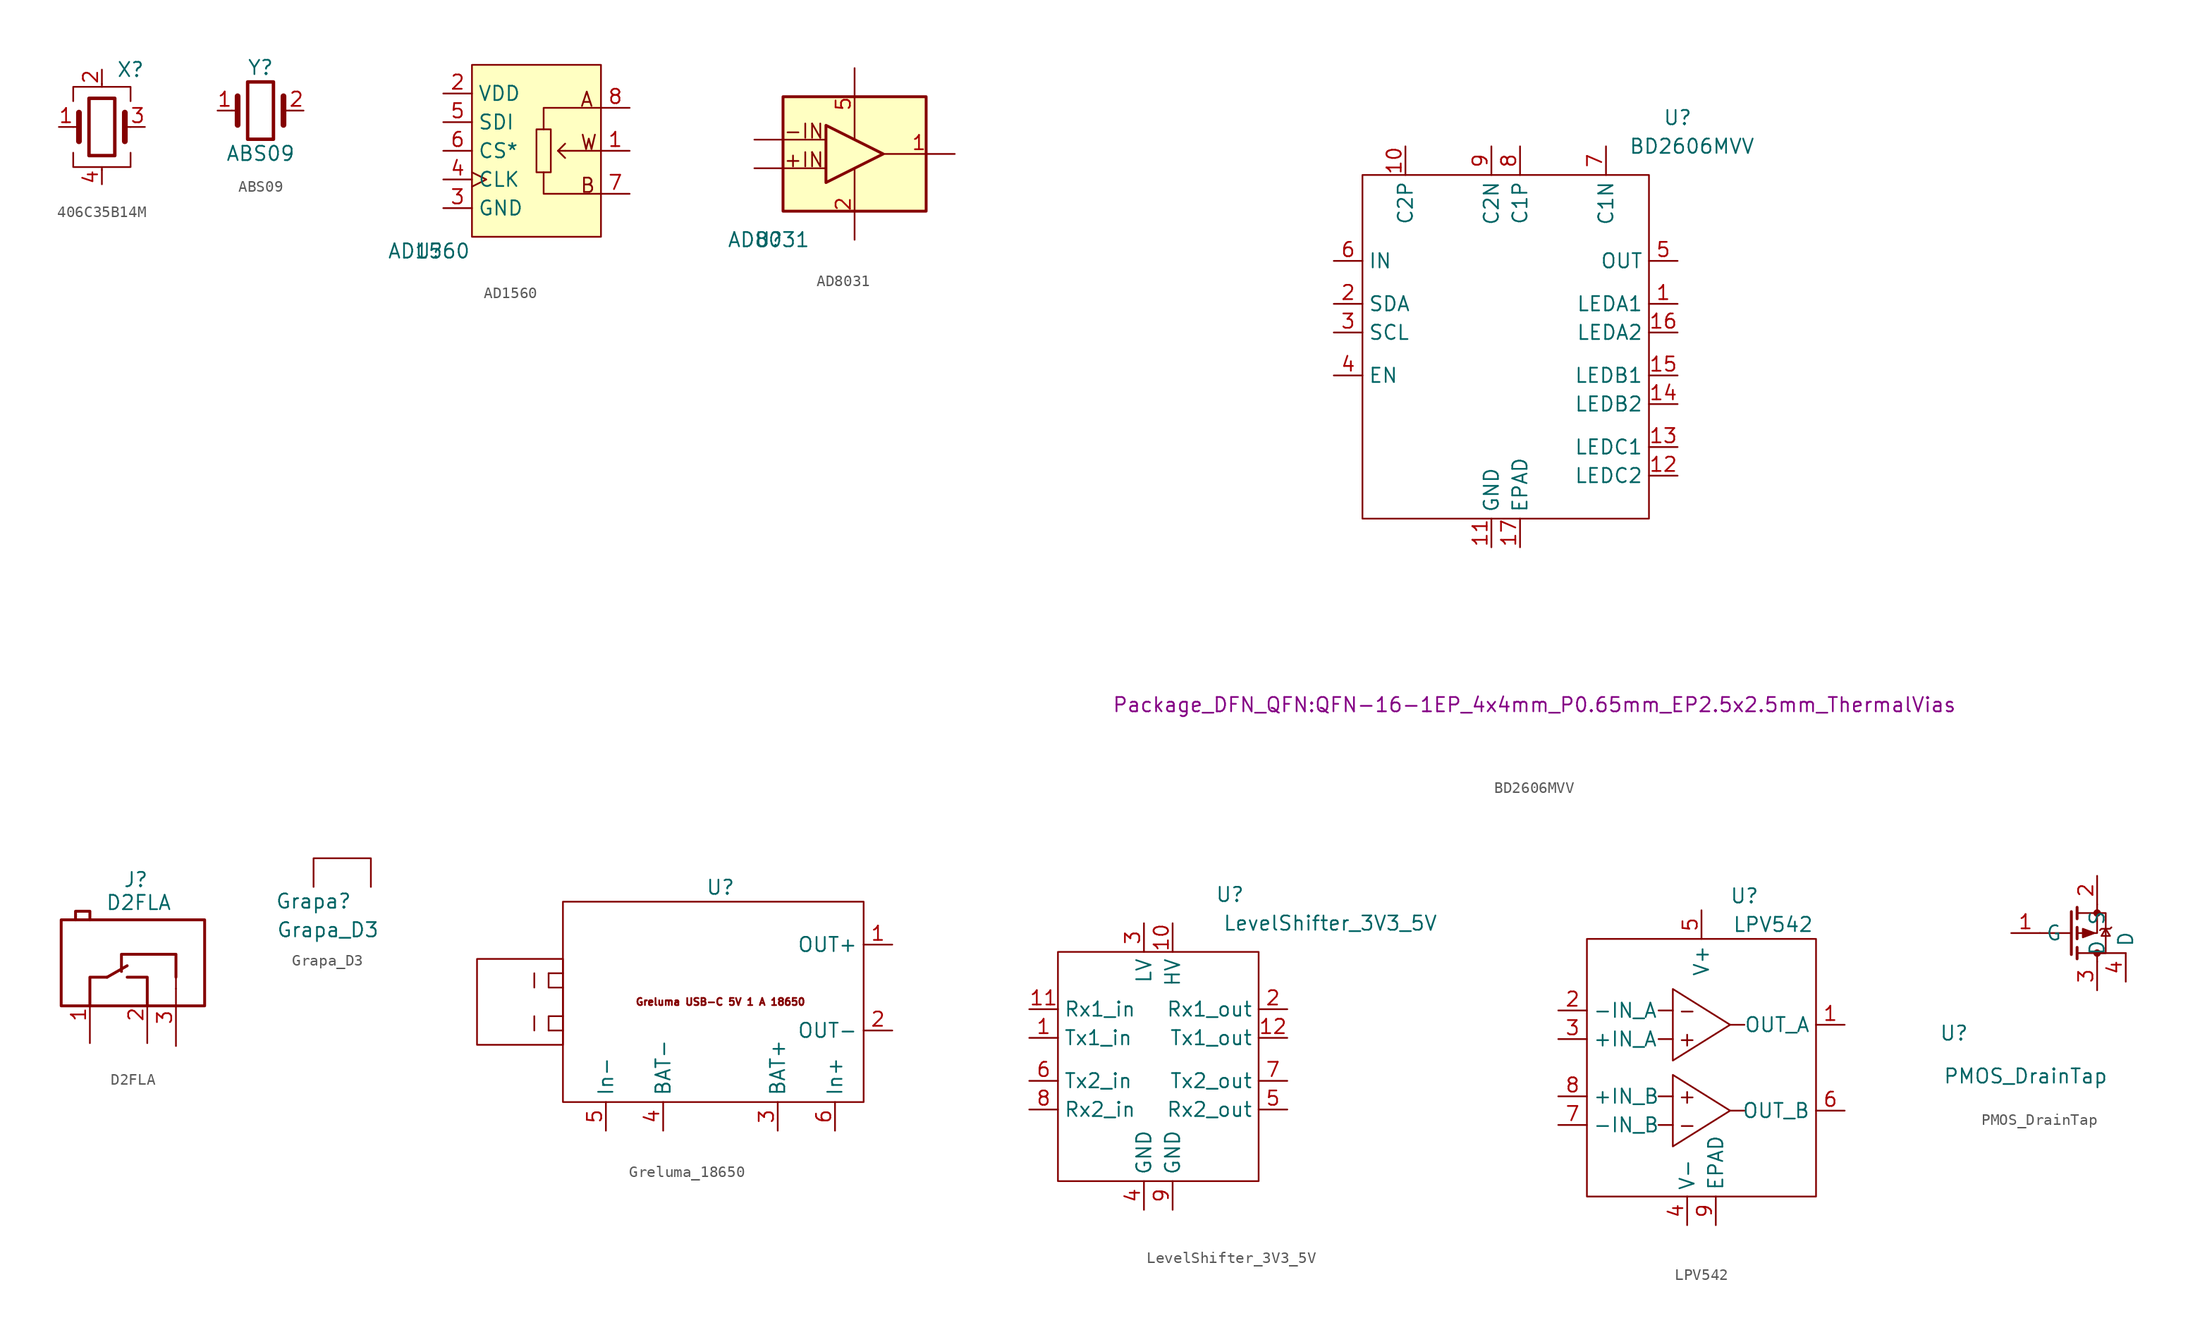
<source format=kicad_sym>
(kicad_symbol_lib
  (version 20231120)
  (generator "kicad_symbol_editor")
  (generator_version "8.0")
  (symbol "406C35B14M"
    (property "Reference" "X"
      (at 2.54 5.08 0)
      (effects (font (size 1.27 1.27))))
    (property "Value" ""
      (at 0 0 0)
      (effects (font (size 1.27 1.27))))
    (symbol "406C35B14M_0_1"
      (rectangle (start -1.143 2.54) (end 1.143 -2.54) (stroke (width 0.305) (type default)) (fill (type none)))
      (polyline (pts (xy -2.54 0) (xy -2.032 0)) (stroke (width 0) (type default)) (fill (type none)))
      (polyline (pts (xy -2.032 -1.27) (xy -2.032 1.27)) (stroke (width 0.508) (type default)) (fill (type none)))
      (polyline (pts (xy 0 -3.81) (xy 0 -3.556)) (stroke (width 0) (type default)) (fill (type none)))
      (polyline (pts (xy 0 3.556) (xy 0 3.81)) (stroke (width 0) (type default)) (fill (type none)))
      (polyline (pts (xy 2.032 -1.27) (xy 2.032 1.27)) (stroke (width 0.508) (type default)) (fill (type none)))
      (polyline (pts (xy 2.032 0) (xy 2.54 0)) (stroke (width 0) (type default)) (fill (type none)))
      (polyline (pts (xy -2.54 -2.286) (xy -2.54 -3.556) (xy 2.54 -3.556) (xy 2.54 -2.286)) (stroke (width 0) (type default)) (fill (type none)))
      (polyline (pts (xy -2.54 2.286) (xy -2.54 3.556) (xy 2.54 3.556) (xy 2.54 2.286)) (stroke (width 0) (type default)) (fill (type none))))
    (symbol "406C35B14M_1_1"
      (pin passive line (at -3.81 0 0) (length 1.27) (name "" (effects (font (size 1.27 1.27)))) (number "1" (effects (font (size 1.27 1.27)))))
      (pin passive line (at 0 5.08 270) (length 1.27) (name "" (effects (font (size 1.27 1.27)))) (number "2" (effects (font (size 1.27 1.27)))))
      (pin passive line (at 3.81 0 180) (length 1.27) (name "" (effects (font (size 1.27 1.27)))) (number "3" (effects (font (size 1.27 1.27)))))
      (pin passive line (at 0 -5.08 90) (length 1.27) (name "" (effects (font (size 1.27 1.27)))) (number "4" (effects (font (size 1.27 1.27)))))))
  (symbol "ABS09"
    (property "Reference" "Y"
      (at 0 3.81 0)
      (effects (font (size 1.27 1.27))))
    (property "Value" "ABS09"
      (at 0 -3.81 0)
      (effects (font (size 1.27 1.27))))
    (symbol "ABS09_0_1"
      (rectangle (start -1.143 2.54) (end 1.143 -2.54) (stroke (width 0.305) (type default)) (fill (type none)))
      (polyline (pts (xy -2.54 0) (xy -2.032 0)) (stroke (width 0) (type default)) (fill (type none)))
      (polyline (pts (xy -2.032 -1.27) (xy -2.032 1.27)) (stroke (width 0.508) (type default)) (fill (type none)))
      (polyline (pts (xy 2.032 -1.27) (xy 2.032 1.27)) (stroke (width 0.508) (type default)) (fill (type none)))
      (polyline (pts (xy 2.032 0) (xy 2.54 0)) (stroke (width 0) (type default)) (fill (type none))))
    (symbol "ABS09_1_1"
      (pin passive line (at -3.81 0 0) (length 1.27) (name "" (effects (font (size 1.27 1.27)))) (number "1" (effects (font (size 1.27 1.27)))))
      (pin passive line (at 3.81 0 180) (length 1.27) (name "" (effects (font (size 1.27 1.27)))) (number "2" (effects (font (size 1.27 1.27)))))))
  (symbol "AD1560"
    (property "Reference" "U"
      (at 0 0 0)
      (effects (font (size 1.27 1.27))))
    (property "Value" "AD1560"
      (at 0 0 0)
      (effects (font (size 1.27 1.27))))
    (symbol "AD1560_1_0"
      (polyline (pts (xy 11.43 8.89) (xy 12.065 8.255)) (stroke (width 0) (type default)) (fill (type none)))
      (polyline (pts (xy 15.24 8.89) (xy 12.065 8.89)) (stroke (width 0) (type default)) (fill (type none)))
      (polyline (pts (xy 12.065 8.89) (xy 11.43 8.89) (xy 12.065 9.525)) (stroke (width 0) (type default)) (fill (type none)))
      (polyline (pts (xy 15.24 5.08) (xy 10.16 5.08) (xy 10.16 6.985)) (stroke (width 0) (type default)) (fill (type none)))
      (polyline (pts (xy 15.24 12.7) (xy 10.16 12.7) (xy 10.16 10.795)) (stroke (width 0) (type default)) (fill (type none)))
      (rectangle (start 3.81 16.51) (end 15.24 1.27) (stroke (width 0) (type default)) (fill (type background)))
      (rectangle (start 9.525 10.795) (end 10.795 6.985) (stroke (width 0) (type default)) (fill (type none)))
      (text "A" (at 13.335 12.7 0) (effects (font (size 1.27 1.27)) (justify left bottom)))
      (text "B" (at 13.335 5.08 0) (effects (font (size 1.27 1.27)) (justify left bottom)))
      (text "W" (at 13.335 8.89 0) (effects (font (size 1.27 1.27)) (justify left bottom)))
      (pin passive line (at 17.78 8.89 180) (length 2.54) (name "W" (effects (font (size 0 0)))) (number "1" (effects (font (size 1.27 1.27)))))
      (pin power_in line (at 1.27 13.97 0) (length 2.54) (name "VDD" (effects (font (size 1.27 1.27)))) (number "2" (effects (font (size 1.27 1.27)))))
      (pin passive line (at 1.27 3.81 0) (length 2.54) (name "GND" (effects (font (size 1.27 1.27)))) (number "3" (effects (font (size 1.27 1.27)))))
      (pin input clock (at 1.27 6.35 0) (length 2.54) (name "CLK" (effects (font (size 1.27 1.27)))) (number "4" (effects (font (size 1.27 1.27)))))
      (pin passive line (at 1.27 11.43 0) (length 2.54) (name "SDI" (effects (font (size 1.27 1.27)))) (number "5" (effects (font (size 1.27 1.27)))))
      (pin passive line (at 1.27 8.89 0) (length 2.54) (name "CS*" (effects (font (size 1.27 1.27)))) (number "6" (effects (font (size 1.27 1.27)))))
      (pin passive line (at 17.78 5.08 180) (length 2.54) (name "B" (effects (font (size 0 0)))) (number "7" (effects (font (size 1.27 1.27))))))
    (symbol "AD1560_1_1"
      (pin passive line (at 17.78 12.7 180) (length 2.54) (name "A" (effects (font (size 0 0)))) (number "8" (effects (font (size 1.27 1.27)))))))
  (symbol "AD8031"
    (property "Reference" "U"
      (at 0 0 0)
      (effects (font (size 1.27 1.27))))
    (property "Value" "AD8031"
      (at 0 0 0)
      (effects (font (size 1.27 1.27))))
    (symbol "AD8031_1_0"
      (polyline (pts (xy 5.08 10.16) (xy 5.08 5.08) (xy 10.16 7.62) (xy 5.08 10.16)) (stroke (width 0.254) (type default)) (fill (type none)))
      (rectangle (start 1.27 12.7) (end 13.97 2.54) (stroke (width 0.254) (type default)) (fill (type background)))
      (text "+IN" (at 1.27 6.35 0) (effects (font (size 1.27 1.27)) (justify left bottom)))
      (text "-IN" (at 1.27 8.89 0) (effects (font (size 1.27 1.27)) (justify left bottom)))
      (pin passive line (at 16.51 7.62 180) (length 6.35) (name "VOUT" (effects (font (size 0 0)))) (number "1" (effects (font (size 1.27 1.27)))))
      (pin power_in line (at 7.62 0 90) (length 6.35) (name "-VS" (effects (font (size 0 0)))) (number "2" (effects (font (size 1.27 1.27)))))
      (pin passive line (at -1.27 6.35 0) (length 6.35) (name "+IN" (effects (font (size 0 0)))) (number "3" (effects (font (size 0 0)))))
      (pin passive line (at -1.27 8.89 0) (length 6.35) (name "-IN" (effects (font (size 0 0)))) (number "4" (effects (font (size 0 0)))))
      (pin power_in line (at 7.62 15.24 270) (length 6.35) (name "+VS" (effects (font (size 0 0)))) (number "5" (effects (font (size 1.27 1.27)))))))
  (symbol "BD2606MVV"
    (property "Reference" "U"
      (at 15.24 21.59 0)
      (effects (font (size 1.27 1.27))))
    (property "Value" "BD2606MVV"
      (at 16.51 19.05 0)
      (effects (font (size 1.27 1.27))))
    (property "Footprint" "Package_DFN_QFN:QFN-16-1EP_4x4mm_P0.65mm_EP2.5x2.5mm_ThermalVias"
      (at 2.54 -30.48 0)
      (effects (font (size 1.27 1.27))))
    (symbol "BD2606MVV_0_0"
      (pin unspecified line (at 15.24 5.08 180) (length 2.54) (name "LEDA1" (effects (font (size 1.27 1.27)))) (number "1" (effects (font (size 1.27 1.27)))))
      (pin unspecified line (at -8.89 19.05 270) (length 2.54) (name "C2P" (effects (font (size 1.27 1.27)))) (number "10" (effects (font (size 1.27 1.27)))))
      (pin unspecified line (at -1.27 -16.51 90) (length 2.54) (name "GND" (effects (font (size 1.27 1.27)))) (number "11" (effects (font (size 1.27 1.27)))))
      (pin unspecified line (at 15.24 -10.16 180) (length 2.54) (name "LEDC2" (effects (font (size 1.27 1.27)))) (number "12" (effects (font (size 1.27 1.27)))))
      (pin unspecified line (at 15.24 -7.62 180) (length 2.54) (name "LEDC1" (effects (font (size 1.27 1.27)))) (number "13" (effects (font (size 1.27 1.27)))))
      (pin unspecified line (at 15.24 -3.81 180) (length 2.54) (name "LEDB2" (effects (font (size 1.27 1.27)))) (number "14" (effects (font (size 1.27 1.27)))))
      (pin unspecified line (at 15.24 -1.27 180) (length 2.54) (name "LEDB1" (effects (font (size 1.27 1.27)))) (number "15" (effects (font (size 1.27 1.27)))))
      (pin unspecified line (at 15.24 2.54 180) (length 2.54) (name "LEDA2" (effects (font (size 1.27 1.27)))) (number "16" (effects (font (size 1.27 1.27)))))
      (pin unspecified line (at 1.27 -16.51 90) (length 2.54) (name "EPAD" (effects (font (size 1.27 1.27)))) (number "17" (effects (font (size 1.27 1.27)))))
      (pin unspecified line (at -15.24 5.08 0) (length 2.54) (name "SDA" (effects (font (size 1.27 1.27)))) (number "2" (effects (font (size 1.27 1.27)))))
      (pin unspecified line (at -15.24 2.54 0) (length 2.54) (name "SCL" (effects (font (size 1.27 1.27)))) (number "3" (effects (font (size 1.27 1.27)))))
      (pin unspecified line (at -15.24 -1.27 0) (length 2.54) (name "EN" (effects (font (size 1.27 1.27)))) (number "4" (effects (font (size 1.27 1.27)))))
      (pin unspecified line (at 15.24 8.89 180) (length 2.54) (name "OUT" (effects (font (size 1.27 1.27)))) (number "5" (effects (font (size 1.27 1.27)))))
      (pin unspecified line (at -15.24 8.89 0) (length 2.54) (name "IN" (effects (font (size 1.27 1.27)))) (number "6" (effects (font (size 1.27 1.27)))))
      (pin unspecified line (at 8.89 19.05 270) (length 2.54) (name "C1N" (effects (font (size 1.27 1.27)))) (number "7" (effects (font (size 1.27 1.27)))))
      (pin unspecified line (at 1.27 19.05 270) (length 2.54) (name "C1P" (effects (font (size 1.27 1.27)))) (number "8" (effects (font (size 1.27 1.27)))))
      (pin unspecified line (at -1.27 19.05 270) (length 2.54) (name "C2N" (effects (font (size 1.27 1.27)))) (number "9" (effects (font (size 1.27 1.27))))))
    (symbol "BD2606MVV_0_1"
      (rectangle (start -12.7 16.51) (end 12.7 -13.97) (stroke (width 0) (type default)) (fill (type none)))))
  (symbol "D2FLA"
    (property "Reference" "J"
      (at 0.254 7.62 0)
      (effects (font (size 1.27 1.27))))
    (property "Value" "D2FLA"
      (at 0.508 5.588 0)
      (effects (font (size 1.27 1.27))))
    (symbol "D2FLA_0_1"
      (polyline (pts (xy 3.81 -1.016) (xy 3.81 -2.032)) (stroke (width 0) (type default)) (fill (type none))))
    (symbol "D2FLA_1_0"
      (polyline (pts (xy -2.286 -1.016) (xy -0.508 0)) (stroke (width 0.254) (type default)) (fill (type none)))
      (polyline (pts (xy -3.81 -3.556) (xy -3.81 -1.016) (xy -3.81 -1.016) (xy -2.286 -1.016)) (stroke (width 0.254) (type default)) (fill (type none)))
      (polyline (pts (xy -0.508 -1.016) (xy 1.27 -1.016) (xy 1.27 -1.016) (xy 1.27 -3.556)) (stroke (width 0.254) (type default)) (fill (type none)))
      (polyline (pts (xy -5.08 4.064) (xy -5.08 4.826) (xy -5.08 4.826) (xy -3.81 4.826) (xy -3.81 4.826) (xy -3.81 4.064)) (stroke (width 0.254) (type default)) (fill (type none)))
      (polyline (pts (xy 3.81 -1.016) (xy 3.81 1.016) (xy 3.81 1.016) (xy -1.016 1.016) (xy -1.016 1.016) (xy -1.016 -0.508)) (stroke (width 0.254) (type default)) (fill (type none)))
      (rectangle (start 6.35 4.064) (end -6.35 -3.556) (stroke (width 0.254) (type default)) (fill (type none)))
      (pin passive line (at -3.81 -6.858 90) (length 5.08) (name "COM" (effects (font (size 0 0)))) (number "1" (effects (font (size 1.27 1.27)))))
      (pin passive line (at 1.27 -6.858 90) (length 5.08) (name "NO" (effects (font (size 0 0)))) (number "2" (effects (font (size 1.27 1.27)))))
      (pin passive line (at 3.81 -7.112 90) (length 5.08) (name "NC" (effects (font (size 0 0)))) (number "3" (effects (font (size 1.27 1.27)))))))
  (symbol "Grapa_D3"
    (property "Reference" "Grapa"
      (at 0 -1.27 0)
      (effects (font (size 1.27 1.27))))
    (property "Value" "Grapa_D3"
      (at 1.27 -3.81 0)
      (effects (font (size 1.27 1.27))))
    (symbol "Grapa_D3_0_1"
      (polyline (pts (xy 0 0) (xy 0 2.54) (xy 5.08 2.54) (xy 5.08 0)) (stroke (width 0) (type default)) (fill (type none)))))
  (symbol "Greluma_18650"
    (property "Reference" "U"
      (at 0 10.16 0)
      (effects (font (size 1.27 1.27))))
    (property "Value" ""
      (at 0 0 0)
      (effects (font (size 1.27 1.27))))
    (symbol "Greluma_18650_0_1"
      (rectangle (start -21.59 3.81) (end -13.97 -3.81) (stroke (width 0) (type default)) (fill (type none)))
      (rectangle (start -13.97 8.89) (end 12.7 -8.89) (stroke (width 0) (type default)) (fill (type none)))
      (polyline (pts (xy -16.51 -1.27) (xy -16.51 -2.54)) (stroke (width 0) (type default)) (fill (type none)))
      (polyline (pts (xy -16.51 1.27) (xy -16.51 2.54)) (stroke (width 0) (type default)) (fill (type none)))
      (polyline (pts (xy -13.97 -2.54) (xy -15.24 -2.54)) (stroke (width 0) (type default)) (fill (type none)))
      (polyline (pts (xy -13.97 2.54) (xy -15.24 2.54)) (stroke (width 0) (type default)) (fill (type none)))
      (polyline (pts (xy -15.24 -2.54) (xy -15.24 -1.27) (xy -13.97 -1.27)) (stroke (width 0) (type default)) (fill (type none)))
      (polyline (pts (xy -15.24 2.54) (xy -15.24 1.27) (xy -13.97 1.27)) (stroke (width 0) (type default)) (fill (type none))))
    (symbol "Greluma_18650_1_1"
      (text "Greluma USB-C 5V 1 A 18650" (at 0 0 0) (effects (font (size 0.635 0.635))))
      (pin output line (at 15.24 5.08 180) (length 2.54) (name "OUT+" (effects (font (size 1.27 1.27)))) (number "1" (effects (font (size 1.27 1.27)))))
      (pin output line (at 15.24 -2.54 180) (length 2.54) (name "OUT-" (effects (font (size 1.27 1.27)))) (number "2" (effects (font (size 1.27 1.27)))))
      (pin output line (at 5.08 -11.43 90) (length 2.54) (name "BAT+" (effects (font (size 1.27 1.27)))) (number "3" (effects (font (size 1.27 1.27)))))
      (pin output line (at -5.08 -11.43 90) (length 2.54) (name "BAT-" (effects (font (size 1.27 1.27)))) (number "4" (effects (font (size 1.27 1.27)))))
      (pin input line (at -10.16 -11.43 90) (length 2.54) (name "In-" (effects (font (size 1.27 1.27)))) (number "5" (effects (font (size 1.27 1.27)))))
      (pin input line (at 10.16 -11.43 90) (length 2.54) (name "In+" (effects (font (size 1.27 1.27)))) (number "6" (effects (font (size 1.27 1.27)))))))
  (symbol "LevelShifter_3V3_5V"
    (property "Reference" "U"
      (at 36.83 35.56 0)
      (effects (font (size 1.27 1.27))))
    (property "Value" "LevelShifter_3V3_5V"
      (at 45.72 33.02 0)
      (effects (font (size 1.27 1.27))))
    (symbol "LevelShifter_3V3_5V_0_0"
      (pin unspecified line (at 19.05 22.86 0) (length 2.54) (name "Tx1_in" (effects (font (size 1.27 1.27)))) (number "1" (effects (font (size 1.27 1.27)))))
      (pin unspecified line (at 31.75 33.02 270) (length 2.54) (name "HV" (effects (font (size 1.27 1.27)))) (number "10" (effects (font (size 1.27 1.27)))))
      (pin unspecified line (at 19.05 25.4 0) (length 2.54) (name "Rx1_in" (effects (font (size 1.27 1.27)))) (number "11" (effects (font (size 1.27 1.27)))))
      (pin unspecified line (at 41.91 22.86 180) (length 2.54) (name "Tx1_out" (effects (font (size 1.27 1.27)))) (number "12" (effects (font (size 1.27 1.27)))))
      (pin unspecified line (at 41.91 25.4 180) (length 2.54) (name "Rx1_out" (effects (font (size 1.27 1.27)))) (number "2" (effects (font (size 1.27 1.27)))))
      (pin unspecified line (at 29.21 33.02 270) (length 2.54) (name "LV" (effects (font (size 1.27 1.27)))) (number "3" (effects (font (size 1.27 1.27)))))
      (pin unspecified line (at 29.21 7.62 90) (length 2.54) (name "GND" (effects (font (size 1.27 1.27)))) (number "4" (effects (font (size 1.27 1.27)))))
      (pin unspecified line (at 41.91 16.51 180) (length 2.54) (name "Rx2_out" (effects (font (size 1.27 1.27)))) (number "5" (effects (font (size 1.27 1.27)))))
      (pin unspecified line (at 19.05 19.05 0) (length 2.54) (name "Tx2_in" (effects (font (size 1.27 1.27)))) (number "6" (effects (font (size 1.27 1.27)))))
      (pin unspecified line (at 41.91 19.05 180) (length 2.54) (name "Tx2_out" (effects (font (size 1.27 1.27)))) (number "7" (effects (font (size 1.27 1.27)))))
      (pin unspecified line (at 19.05 16.51 0) (length 2.54) (name "Rx2_in" (effects (font (size 1.27 1.27)))) (number "8" (effects (font (size 1.27 1.27)))))
      (pin unspecified line (at 31.75 7.62 90) (length 2.54) (name "GND" (effects (font (size 1.27 1.27)))) (number "9" (effects (font (size 1.27 1.27))))))
    (symbol "LevelShifter_3V3_5V_0_1"
      (rectangle (start 21.59 30.48) (end 39.37 10.16) (stroke (width 0) (type default)) (fill (type none)))))
  (symbol "LPV542"
    (property "Reference" "U"
      (at 3.81 15.24 0)
      (effects (font (size 1.27 1.27))))
    (property "Value" "LPV542"
      (at 6.35 12.7 0)
      (effects (font (size 1.27 1.27))))
    (symbol "LPV542_0_0"
      (text "+" (at -1.27 -2.54 0) (effects (font (size 1.27 1.27))))
      (text "+" (at -1.27 2.54 0) (effects (font (size 1.27 1.27))))
      (text "-" (at -1.27 -5.08 0) (effects (font (size 1.27 1.27))))
      (text "-" (at -1.27 5.08 0) (effects (font (size 1.27 1.27))))
      (pin unspecified line (at 12.7 3.81 180) (length 2.54) (name "OUT_A" (effects (font (size 1.27 1.27)))) (number "1" (effects (font (size 1.27 1.27)))))
      (pin unspecified line (at -12.7 5.08 0) (length 2.54) (name "-IN_A" (effects (font (size 1.27 1.27)))) (number "2" (effects (font (size 1.27 1.27)))))
      (pin unspecified line (at -12.7 2.54 0) (length 2.54) (name "+IN_A" (effects (font (size 1.27 1.27)))) (number "3" (effects (font (size 1.27 1.27)))))
      (pin unspecified line (at -1.27 -13.97 90) (length 2.54) (name "V-" (effects (font (size 1.27 1.27)))) (number "4" (effects (font (size 1.27 1.27)))))
      (pin unspecified line (at 0 13.97 270) (length 2.54) (name "V+" (effects (font (size 1.27 1.27)))) (number "5" (effects (font (size 1.27 1.27)))))
      (pin unspecified line (at 12.7 -3.81 180) (length 2.54) (name "OUT_B" (effects (font (size 1.27 1.27)))) (number "6" (effects (font (size 1.27 1.27)))))
      (pin unspecified line (at -12.7 -5.08 0) (length 2.54) (name "-IN_B" (effects (font (size 1.27 1.27)))) (number "7" (effects (font (size 1.27 1.27)))))
      (pin unspecified line (at -12.7 -2.54 0) (length 2.54) (name "+IN_B" (effects (font (size 1.27 1.27)))) (number "8" (effects (font (size 1.27 1.27)))))
      (pin unspecified line (at 1.27 -13.97 90) (length 2.54) (name "EPAD" (effects (font (size 1.27 1.27)))) (number "9" (effects (font (size 1.27 1.27))))))
    (symbol "LPV542_0_1"
      (rectangle (start -10.16 11.43) (end 10.16 -11.43) (stroke (width 0) (type default)) (fill (type none)))
      (polyline (pts (xy -2.54 -5.08) (xy -3.81 -5.08)) (stroke (width 0) (type default)) (fill (type none)))
      (polyline (pts (xy -2.54 -2.54) (xy -3.81 -2.54)) (stroke (width 0) (type default)) (fill (type none)))
      (polyline (pts (xy -2.54 2.54) (xy -3.81 2.54)) (stroke (width 0) (type default)) (fill (type none)))
      (polyline (pts (xy -2.54 5.08) (xy -3.81 5.08)) (stroke (width 0) (type default)) (fill (type none)))
      (polyline (pts (xy 2.54 -3.81) (xy 3.81 -3.81)) (stroke (width 0) (type default)) (fill (type none)))
      (polyline (pts (xy 2.54 3.81) (xy 3.81 3.81)) (stroke (width 0) (type default)) (fill (type none)))
      (polyline (pts (xy 2.54 -3.81) (xy -2.54 -0.635) (xy -2.54 -6.985) (xy 2.54 -3.81)) (stroke (width 0) (type default)) (fill (type none)))
      (polyline (pts (xy 2.54 3.81) (xy -2.54 6.985) (xy -2.54 0.635) (xy 2.54 3.81)) (stroke (width 0) (type default)) (fill (type none)))))
  (symbol "PMOS_DrainTap"
    (property "Reference" "U"
      (at -6.35 0 0)
      (effects (font (size 1.27 1.27))))
    (property "Value" "PMOS_DrainTap"
      (at 0 -3.81 0)
      (effects (font (size 1.27 1.27))))
    (symbol "PMOS_DrainTap_0_1"
      (polyline (pts (xy 4.064 8.89) (xy 1.27 8.89)) (stroke (width 0) (type default)) (fill (type none)))
      (polyline (pts (xy 4.064 10.795) (xy 4.064 6.985)) (stroke (width 0.254) (type default)) (fill (type none)))
      (polyline (pts (xy 4.572 7.62) (xy 4.572 6.604)) (stroke (width 0.254) (type default)) (fill (type none)))
      (polyline (pts (xy 4.572 9.398) (xy 4.572 8.382)) (stroke (width 0.254) (type default)) (fill (type none)))
      (polyline (pts (xy 4.572 11.176) (xy 4.572 10.16)) (stroke (width 0.254) (type default)) (fill (type none)))
      (polyline (pts (xy 6.35 11.43) (xy 6.35 8.89) (xy 4.572 8.89)) (stroke (width 0) (type default)) (fill (type none)))
      (polyline (pts (xy 8.89 7.112) (xy 6.35 7.112) (xy 6.35 6.35)) (stroke (width 0) (type default)) (fill (type none)))
      (polyline (pts (xy 4.572 10.668) (xy 7.112 10.668) (xy 7.112 7.112) (xy 4.572 7.112)) (stroke (width 0) (type default)) (fill (type none)))
      (polyline (pts (xy 6.096 8.89) (xy 5.08 9.271) (xy 5.08 8.509) (xy 6.096 8.89)) (stroke (width 0) (type default)) (fill (type outline)))
      (polyline (pts (xy 6.604 9.144) (xy 6.731 9.271) (xy 7.493 9.271) (xy 7.62 9.398)) (stroke (width 0) (type default)) (fill (type none)))
      (polyline (pts (xy 7.112 9.271) (xy 6.731 8.636) (xy 7.493 8.636) (xy 7.112 9.271)) (stroke (width 0) (type default)) (fill (type none)))
      (circle (center 6.35 7.112) (radius 0.254) (stroke (width 0) (type default)) (fill (type outline)))
      (circle (center 6.35 10.668) (radius 0.254) (stroke (width 0) (type default)) (fill (type outline))))
    (symbol "PMOS_DrainTap_1_1"
      (pin input line (at -1.27 8.89 0) (length 2.54) (name "G" (effects (font (size 1.27 1.27)))) (number "1" (effects (font (size 1.27 1.27)))))
      (pin passive line (at 6.35 13.97 270) (length 2.54) (name "S" (effects (font (size 1.27 1.27)))) (number "2" (effects (font (size 1.27 1.27)))))
      (pin passive line (at 6.35 3.81 90) (length 2.54) (name "D" (effects (font (size 1.27 1.27)))) (number "3" (effects (font (size 1.27 1.27)))))
      (pin passive line (at 8.89 4.572 90) (length 2.54) (name "D" (effects (font (size 1.27 1.27)))) (number "4" (effects (font (size 1.27 1.27))))))))
</source>
